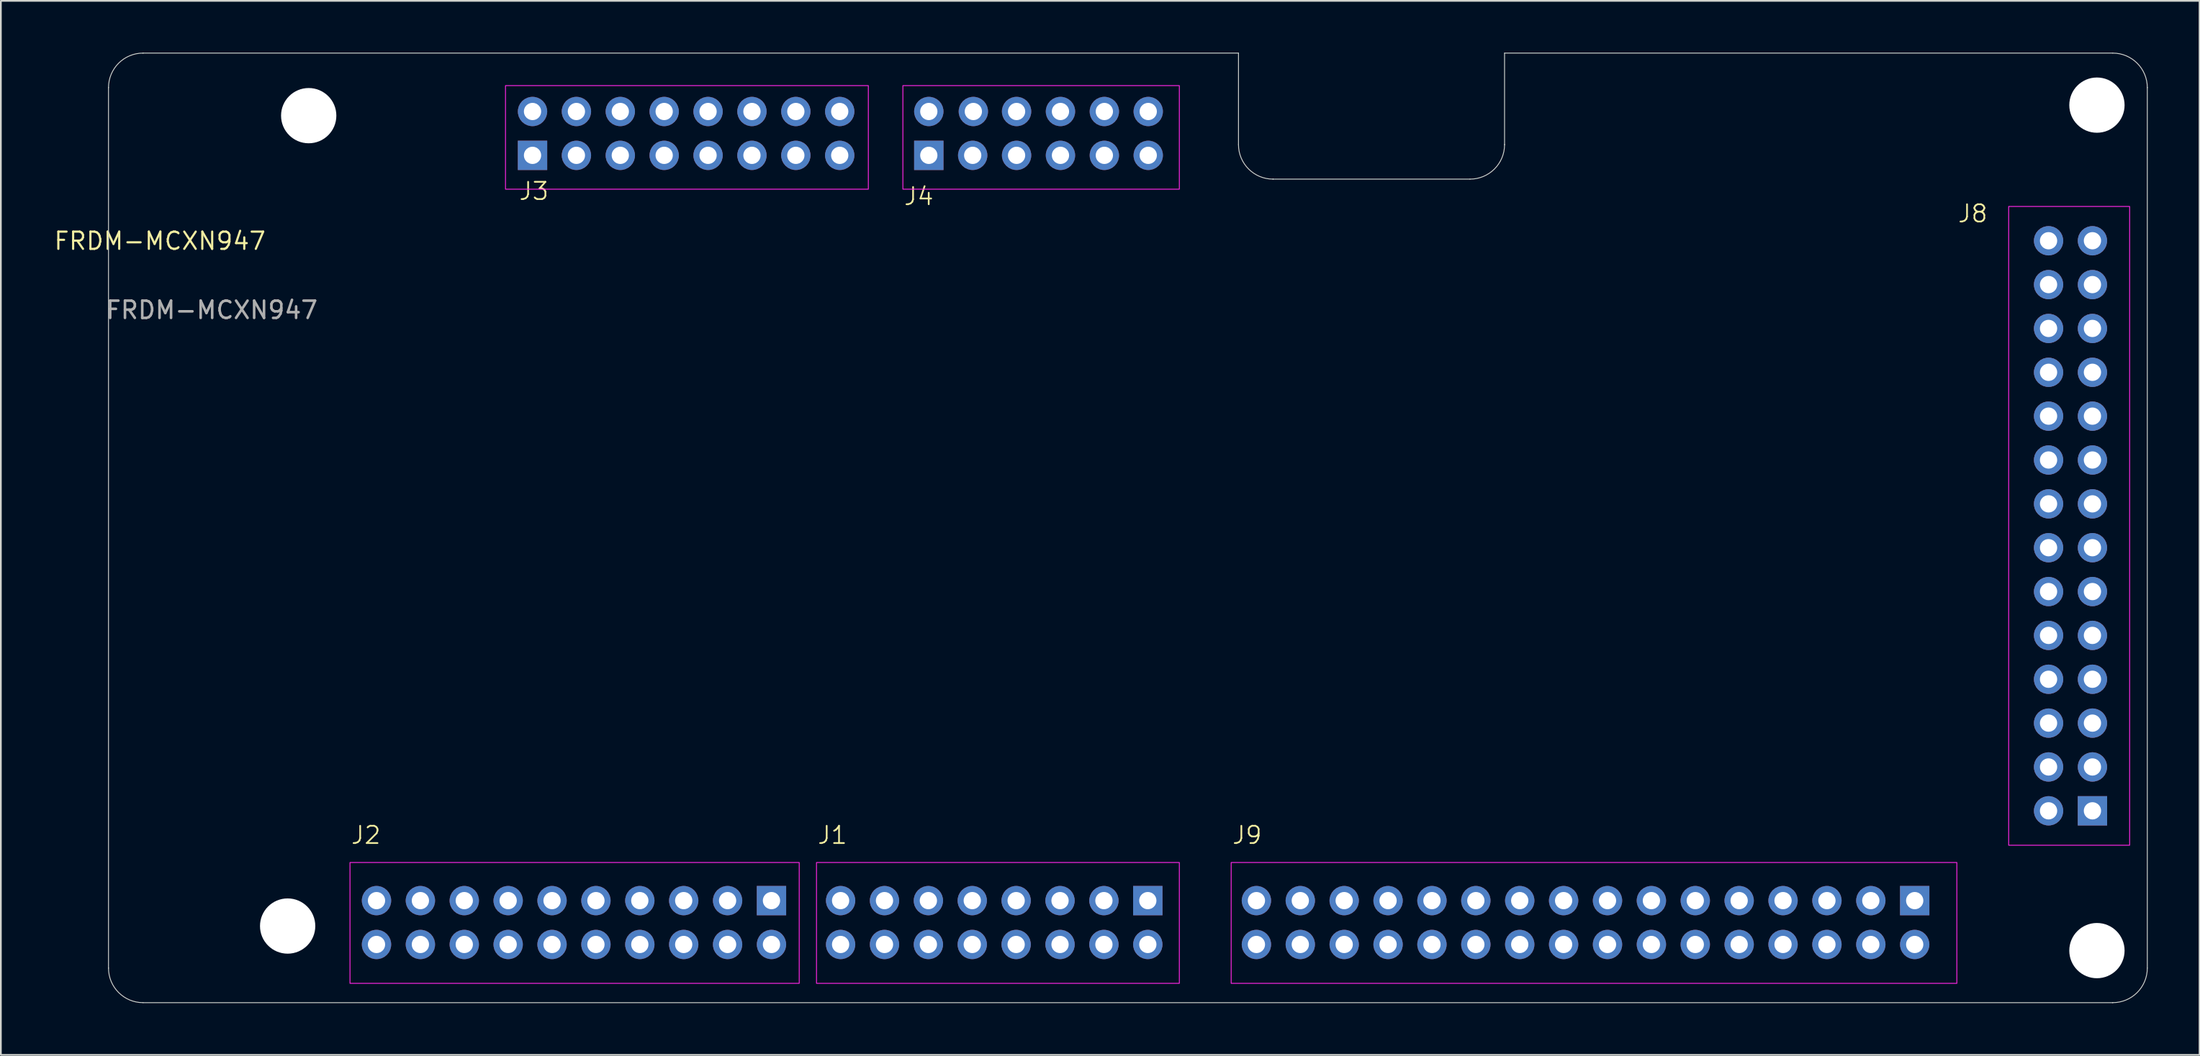
<source format=kicad_pcb>
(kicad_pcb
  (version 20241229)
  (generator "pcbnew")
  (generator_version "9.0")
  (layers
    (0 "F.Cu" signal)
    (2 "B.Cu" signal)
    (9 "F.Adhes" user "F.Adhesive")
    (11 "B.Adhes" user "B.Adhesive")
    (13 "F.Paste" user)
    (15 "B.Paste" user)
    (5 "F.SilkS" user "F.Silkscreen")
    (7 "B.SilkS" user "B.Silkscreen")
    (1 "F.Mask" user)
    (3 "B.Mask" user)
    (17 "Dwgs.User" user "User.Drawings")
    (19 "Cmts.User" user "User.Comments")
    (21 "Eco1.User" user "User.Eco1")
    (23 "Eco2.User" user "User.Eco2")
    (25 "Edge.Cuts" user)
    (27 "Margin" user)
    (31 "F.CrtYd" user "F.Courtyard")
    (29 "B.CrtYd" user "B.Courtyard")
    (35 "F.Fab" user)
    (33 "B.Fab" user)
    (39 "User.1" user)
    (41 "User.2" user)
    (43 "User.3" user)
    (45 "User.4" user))
  (footprint "FRDM-MCXN947"
    (layer "F.Cu")
    (at 118.055 43.914)
    (property "Reference" "FRDM-MCXN947" (at -111.848 -33.006 0) (unlocked yes) (layer "F.SilkS") (effects (font (size 1 1) (thickness 0.125))))
    (attr through_hole)
    (fp_line (start -114.825 -41.889) (end -114.825 -41.889) (stroke (width 0.05) (type solid)) (layer "Edge.Cuts"))
    (fp_line (start -114.825 9.111) (end -114.825 -41.889) (stroke (width 0.05) (type solid)) (layer "Edge.Cuts"))
    (fp_line (start -114.825 9.111) (end -114.825 9.111) (stroke (width 0.05) (type solid)) (layer "Edge.Cuts"))
    (fp_line (start -112.825 -43.889) (end -49.425 -43.889) (stroke (width 0.05) (type solid)) (layer "Edge.Cuts"))
    (fp_line (start -112.825 -43.889) (end -112.825 -43.889) (stroke (width 0.05) (type solid)) (layer "Edge.Cuts"))
    (fp_line (start -49.425 -43.889) (end -49.425 -38.589) (stroke (width 0.05) (type solid)) (layer "Edge.Cuts"))
    (fp_line (start -47.425 -36.589) (end -36.025 -36.589) (stroke (width 0.05) (type solid)) (layer "Edge.Cuts"))
    (fp_line (start -47.425 -36.589) (end -47.425 -36.589) (stroke (width 0.05) (type solid)) (layer "Edge.Cuts"))
    (fp_line (start -34.025 -43.889) (end 1.175 -43.889) (stroke (width 0.05) (type solid)) (layer "Edge.Cuts"))
    (fp_line (start -34.025 -38.589) (end -34.025 -38.589) (stroke (width 0.05) (type solid)) (layer "Edge.Cuts"))
    (fp_line (start -34.025 -38.589) (end -34.025 -43.889) (stroke (width 0.05) (type solid)) (layer "Edge.Cuts"))
    (fp_line (start 1.175 11.111) (end 1.175 11.111) (stroke (width 0.05) (type solid)) (layer "Edge.Cuts"))
    (fp_line (start 1.175 11.111) (end -112.825 11.111) (stroke (width 0.05) (type solid)) (layer "Edge.Cuts"))
    (fp_line (start 3.175 -41.889) (end 3.175 9.111) (stroke (width 0.05) (type solid)) (layer "Edge.Cuts"))
    (fp_line (start 3.175 -41.889) (end 3.175 -41.889) (stroke (width 0.05) (type solid)) (layer "Edge.Cuts"))
    (fp_arc (start -114.825 -41.888999) (mid -114.23921 -43.303211) (end -112.824998 -43.889) (stroke (width 0.05) (type solid)) (layer "Edge.Cuts"))
    (fp_arc (start -112.824999 11.111) (mid -114.239221 10.52522) (end -114.825 9.110998) (stroke (width 0.05) (type solid)) (layer "Edge.Cuts"))
    (fp_arc (start -47.424998 -36.589) (mid -48.839217 -37.174781) (end -49.425 -38.589001) (stroke (width 0.05) (type solid)) (layer "Edge.Cuts"))
    (fp_arc (start -34.025 -38.589002) (mid -34.610788 -37.17479) (end -36.025001 -36.589) (stroke (width 0.05) (type solid)) (layer "Edge.Cuts"))
    (fp_arc (start 1.174999 -43.889) (mid 2.589212 -43.303213) (end 3.175 -41.888998) (stroke (width 0.05) (type solid)) (layer "Edge.Cuts"))
    (fp_arc (start 3.175 9.110999) (mid 2.589211 10.525211) (end 1.174998 11.111) (stroke (width 0.05) (type solid)) (layer "Edge.Cuts"))
    (fp_rect (start -100.848 2.994) (end -74.848 9.994) (stroke (width 0.05) (type default)) (fill no) (layer "F.CrtYd"))
    (fp_rect (start -91.848 -42.006) (end -70.848 -36.006) (stroke (width 0.05) (type default)) (fill no) (layer "F.CrtYd"))
    (fp_rect (start -73.848 2.994) (end -52.848 9.994) (stroke (width 0.05) (type default)) (fill no) (layer "F.CrtYd"))
    (fp_rect (start -68.848 -42.006) (end -52.848 -36.006) (stroke (width 0.05) (type default)) (fill no) (layer "F.CrtYd"))
    (fp_rect (start -49.848 2.994) (end -7.848 9.994) (stroke (width 0.05) (type default)) (fill no) (layer "F.CrtYd"))
    (fp_rect (start -4.848 -35.006) (end 2.152 1.994) (stroke (width 0.05) (type default)) (fill no) (layer "F.CrtYd"))
    (fp_text user "J2" (at -100.848 1.994 0) (unlocked yes) (layer "F.SilkS") (effects (font (size 1 1) (thickness 0.1)) (justify left bottom)))
    (fp_text user "J3" (at -91.128 -35.306 0) (unlocked yes) (layer "F.SilkS") (effects (font (size 1 1) (thickness 0.1)) (justify left bottom)))
    (fp_text user "J9" (at -49.848 1.994 0) (unlocked yes) (layer "F.SilkS") (effects (font (size 1 1) (thickness 0.1)) (justify left bottom)))
    (fp_text user "J8" (at -7.848 -34.006 0) (unlocked yes) (layer "F.SilkS") (effects (font (size 1 1) (thickness 0.1)) (justify left bottom)))
    (fp_text user "J4" (at -68.848 -35.006 0) (unlocked yes) (layer "F.SilkS") (effects (font (size 1 1) (thickness 0.1)) (justify left bottom)))
    (fp_text user "J1" (at -73.848 1.994 0) (unlocked yes) (layer "F.SilkS") (effects (font (size 1 1) (thickness 0.1)) (justify left bottom)))
    (fp_text user "${REFERENCE}" (at -108.848 -29.006 0) (unlocked yes) (layer "F.Fab") (effects (font (size 1 1) (thickness 0.15))))
    (pad "" np_thru_hole circle (at -104.457 6.674) (size 3.2 3.2) (drill 3.2) (layers "*.Cu" "*.Mask"))
    (pad "" np_thru_hole circle (at -103.238 -40.265) (size 3.2 3.2) (drill 3.2) (layers "*.Cu" "*.Mask"))
    (pad "" np_thru_hole circle (at 0.26 -40.875) (size 3.2 3.2) (drill 3.2) (layers "*.Cu" "*.Mask"))
    (pad "" np_thru_hole circle (at 0.26 8.097) (size 3.2 3.2) (drill 3.2) (layers "*.Cu" "*.Mask"))
    (pad "1.1" thru_hole rect (at -67.348 -37.966 270) (size 1.7 1.7) (drill 1) (layers "*.Cu" "*.Mask"))
    (pad "1.2" thru_hole roundrect (at -67.348 -40.506 270) (size 1.7 1.7) (drill 1) (layers "*.Cu" "*.Mask") (roundrect_rratio 0.5))
    (pad "1.3" thru_hole roundrect (at -64.808 -37.966 270) (size 1.7 1.7) (drill 1) (layers "*.Cu" "*.Mask") (roundrect_rratio 0.5))
    (pad "1.4" thru_hole roundrect (at -64.77 -40.506 270) (size 1.7 1.7) (drill 1) (layers "*.Cu" "*.Mask") (roundrect_rratio 0.5))
    (pad "1.5" thru_hole roundrect (at -62.268 -37.966 270) (size 1.7 1.7) (drill 1) (layers "*.Cu" "*.Mask") (roundrect_rratio 0.5))
    (pad "1.6" thru_hole roundrect (at -62.268 -40.506 270) (size 1.7 1.7) (drill 1) (layers "*.Cu" "*.Mask") (roundrect_rratio 0.5))
    (pad "1.7" thru_hole roundrect (at -59.728 -37.966 270) (size 1.7 1.7) (drill 1) (layers "*.Cu" "*.Mask") (roundrect_rratio 0.5))
    (pad "1.8" thru_hole roundrect (at -59.728 -40.506 270) (size 1.7 1.7) (drill 1) (layers "*.Cu" "*.Mask") (roundrect_rratio 0.5))
    (pad "1.9" thru_hole roundrect (at -57.188 -37.966 270) (size 1.7 1.7) (drill 1) (layers "*.Cu" "*.Mask") (roundrect_rratio 0.5))
    (pad "1.10" thru_hole roundrect (at -57.188 -40.506 270) (size 1.7 1.7) (drill 1) (layers "*.Cu" "*.Mask") (roundrect_rratio 0.5))
    (pad "1.11" thru_hole roundrect (at -54.648 -37.966 270) (size 1.7 1.7) (drill 1) (layers "*.Cu" "*.Mask") (roundrect_rratio 0.5))
    (pad "1.12" thru_hole roundrect (at -54.648 -40.506 270) (size 1.7 1.7) (drill 1) (layers "*.Cu" "*.Mask") (roundrect_rratio 0.5))
    (pad "2.1" thru_hole rect (at -90.284 -37.966 270) (size 1.7 1.7) (drill 1) (layers "*.Cu" "*.Mask"))
    (pad "2.2" thru_hole roundrect (at -90.284 -40.506 270) (size 1.7 1.7) (drill 1) (layers "*.Cu" "*.Mask") (roundrect_rratio 0.5))
    (pad "2.3" thru_hole roundrect (at -87.744 -37.966 270) (size 1.7 1.7) (drill 1) (layers "*.Cu" "*.Mask") (roundrect_rratio 0.5))
    (pad "2.4" thru_hole roundrect (at -87.744 -40.506 270) (size 1.7 1.7) (drill 1) (layers "*.Cu" "*.Mask") (roundrect_rratio 0.5))
    (pad "2.5" thru_hole roundrect (at -85.204 -37.966 270) (size 1.7 1.7) (drill 1) (layers "*.Cu" "*.Mask") (roundrect_rratio 0.5))
    (pad "2.6" thru_hole roundrect (at -85.204 -40.506 270) (size 1.7 1.7) (drill 1) (layers "*.Cu" "*.Mask") (roundrect_rratio 0.5))
    (pad "2.7" thru_hole roundrect (at -82.664 -37.966 270) (size 1.7 1.7) (drill 1) (layers "*.Cu" "*.Mask") (roundrect_rratio 0.5))
    (pad "2.8" thru_hole roundrect (at -82.664 -40.506 270) (size 1.7 1.7) (drill 1) (layers "*.Cu" "*.Mask") (roundrect_rratio 0.5))
    (pad "2.9" thru_hole roundrect (at -80.124 -37.966 270) (size 1.7 1.7) (drill 1) (layers "*.Cu" "*.Mask") (roundrect_rratio 0.5))
    (pad "2.10" thru_hole roundrect (at -80.124 -40.506 270) (size 1.7 1.7) (drill 1) (layers "*.Cu" "*.Mask") (roundrect_rratio 0.5))
    (pad "2.11" thru_hole roundrect (at -77.584 -37.966 270) (size 1.7 1.7) (drill 1) (layers "*.Cu" "*.Mask") (roundrect_rratio 0.5))
    (pad "2.12" thru_hole roundrect (at -77.584 -40.506 270) (size 1.7 1.7) (drill 1) (layers "*.Cu" "*.Mask") (roundrect_rratio 0.5))
    (pad "2.13" thru_hole roundrect (at -75.044 -37.966 270) (size 1.7 1.7) (drill 1) (layers "*.Cu" "*.Mask") (roundrect_rratio 0.5))
    (pad "2.14" thru_hole roundrect (at -75.044 -40.506 270) (size 1.7 1.7) (drill 1) (layers "*.Cu" "*.Mask") (roundrect_rratio 0.5))
    (pad "2.15" thru_hole roundrect (at -72.504 -37.966 270) (size 1.7 1.7) (drill 1) (layers "*.Cu" "*.Mask") (roundrect_rratio 0.5))
    (pad "2.16" thru_hole roundrect (at -72.504 -40.506 270) (size 1.7 1.7) (drill 1) (layers "*.Cu" "*.Mask") (roundrect_rratio 0.5))
    (pad "3.1" thru_hole rect (at -76.454 5.201 270) (size 1.7 1.7) (drill 1) (layers "*.Cu" "*.Mask"))
    (pad "3.2" thru_hole roundrect (at -76.454 7.741 270) (size 1.7 1.7) (drill 1) (layers "*.Cu" "*.Mask") (roundrect_rratio 0.5))
    (pad "3.3" thru_hole roundrect (at -78.994 5.201 270) (size 1.7 1.7) (drill 1) (layers "*.Cu" "*.Mask") (roundrect_rratio 0.5))
    (pad "3.4" thru_hole roundrect (at -78.994 7.741 270) (size 1.7 1.7) (drill 1) (layers "*.Cu" "*.Mask") (roundrect_rratio 0.5))
    (pad "3.5" thru_hole roundrect (at -81.534 5.201 270) (size 1.7 1.7) (drill 1) (layers "*.Cu" "*.Mask") (roundrect_rratio 0.5))
    (pad "3.6" thru_hole roundrect (at -81.534 7.741 270) (size 1.7 1.7) (drill 1) (layers "*.Cu" "*.Mask") (roundrect_rratio 0.5))
    (pad "3.7" thru_hole roundrect (at -84.074 5.201 270) (size 1.7 1.7) (drill 1) (layers "*.Cu" "*.Mask") (roundrect_rratio 0.5))
    (pad "3.8" thru_hole roundrect (at -84.074 7.741 270) (size 1.7 1.7) (drill 1) (layers "*.Cu" "*.Mask") (roundrect_rratio 0.5))
    (pad "3.9" thru_hole roundrect (at -86.614 5.201 270) (size 1.7 1.7) (drill 1) (layers "*.Cu" "*.Mask") (roundrect_rratio 0.5))
    (pad "3.10" thru_hole roundrect (at -86.614 7.741 270) (size 1.7 1.7) (drill 1) (layers "*.Cu" "*.Mask") (roundrect_rratio 0.5))
    (pad "3.11" thru_hole roundrect (at -89.154 5.201 270) (size 1.7 1.7) (drill 1) (layers "*.Cu" "*.Mask") (roundrect_rratio 0.5))
    (pad "3.12" thru_hole roundrect (at -89.154 7.741 270) (size 1.7 1.7) (drill 1) (layers "*.Cu" "*.Mask") (roundrect_rratio 0.5))
    (pad "3.13" thru_hole roundrect (at -91.694 5.201 270) (size 1.7 1.7) (drill 1) (layers "*.Cu" "*.Mask") (roundrect_rratio 0.5))
    (pad "3.14" thru_hole roundrect (at -91.694 7.741 270) (size 1.7 1.7) (drill 1) (layers "*.Cu" "*.Mask") (roundrect_rratio 0.5))
    (pad "3.15" thru_hole roundrect (at -94.234 5.201 270) (size 1.7 1.7) (drill 1) (layers "*.Cu" "*.Mask") (roundrect_rratio 0.5))
    (pad "3.16" thru_hole roundrect (at -94.234 7.741 270) (size 1.7 1.7) (drill 1) (layers "*.Cu" "*.Mask") (roundrect_rratio 0.5))
    (pad "3.17" thru_hole roundrect (at -96.774 5.201 270) (size 1.7 1.7) (drill 1) (layers "*.Cu" "*.Mask") (roundrect_rratio 0.5))
    (pad "3.18" thru_hole roundrect (at -96.774 7.741 270) (size 1.7 1.7) (drill 1) (layers "*.Cu" "*.Mask") (roundrect_rratio 0.5))
    (pad "3.19" thru_hole roundrect (at -99.314 5.201 270) (size 1.7 1.7) (drill 1) (layers "*.Cu" "*.Mask") (roundrect_rratio 0.5))
    (pad "3.20" thru_hole roundrect (at -99.314 7.741 270) (size 1.7 1.7) (drill 1) (layers "*.Cu" "*.Mask") (roundrect_rratio 0.5))
    (pad "4.1" thru_hole rect (at -54.673 5.201 270) (size 1.7 1.7) (drill 1) (layers "*.Cu" "*.Mask"))
    (pad "4.2" thru_hole roundrect (at -54.673 7.741 270) (size 1.7 1.7) (drill 1) (layers "*.Cu" "*.Mask") (roundrect_rratio 0.5))
    (pad "4.3" thru_hole roundrect (at -57.213 5.201 270) (size 1.7 1.7) (drill 1) (layers "*.Cu" "*.Mask") (roundrect_rratio 0.5))
    (pad "4.4" thru_hole roundrect (at -57.213 7.741 270) (size 1.7 1.7) (drill 1) (layers "*.Cu" "*.Mask") (roundrect_rratio 0.5))
    (pad "4.5" thru_hole roundrect (at -59.753 5.201 270) (size 1.7 1.7) (drill 1) (layers "*.Cu" "*.Mask") (roundrect_rratio 0.5))
    (pad "4.6" thru_hole roundrect (at -59.753 7.741 270) (size 1.7 1.7) (drill 1) (layers "*.Cu" "*.Mask") (roundrect_rratio 0.5))
    (pad "4.7" thru_hole roundrect (at -62.293 5.201 270) (size 1.7 1.7) (drill 1) (layers "*.Cu" "*.Mask") (roundrect_rratio 0.5))
    (pad "4.8" thru_hole roundrect (at -62.293 7.741 270) (size 1.7 1.7) (drill 1) (layers "*.Cu" "*.Mask") (roundrect_rratio 0.5))
    (pad "4.9" thru_hole roundrect (at -64.833 5.201 270) (size 1.7 1.7) (drill 1) (layers "*.Cu" "*.Mask") (roundrect_rratio 0.5))
    (pad "4.10" thru_hole roundrect (at -64.833 7.741 270) (size 1.7 1.7) (drill 1) (layers "*.Cu" "*.Mask") (roundrect_rratio 0.5))
    (pad "4.11" thru_hole roundrect (at -67.373 5.201 270) (size 1.7 1.7) (drill 1) (layers "*.Cu" "*.Mask") (roundrect_rratio 0.5))
    (pad "4.12" thru_hole roundrect (at -67.373 7.741 270) (size 1.7 1.7) (drill 1) (layers "*.Cu" "*.Mask") (roundrect_rratio 0.5))
    (pad "4.13" thru_hole roundrect (at -69.913 5.201 270) (size 1.7 1.7) (drill 1) (layers "*.Cu" "*.Mask") (roundrect_rratio 0.5))
    (pad "4.14" thru_hole roundrect (at -69.913 7.741 270) (size 1.7 1.7) (drill 1) (layers "*.Cu" "*.Mask") (roundrect_rratio 0.5))
    (pad "4.15" thru_hole roundrect (at -72.453 5.201 270) (size 1.7 1.7) (drill 1) (layers "*.Cu" "*.Mask") (roundrect_rratio 0.5))
    (pad "4.16" thru_hole roundrect (at -72.453 7.741 270) (size 1.7 1.7) (drill 1) (layers "*.Cu" "*.Mask") (roundrect_rratio 0.5))
    (pad "5.1" thru_hole rect (at -10.287 5.201 270) (size 1.7 1.7) (drill 1) (layers "*.Cu" "*.Mask"))
    (pad "5.2" thru_hole roundrect (at -10.287 7.741 270) (size 1.7 1.7) (drill 1) (layers "*.Cu" "*.Mask") (roundrect_rratio 0.5))
    (pad "5.3" thru_hole roundrect (at -12.827 5.201 270) (size 1.7 1.7) (drill 1) (layers "*.Cu" "*.Mask") (roundrect_rratio 0.5))
    (pad "5.4" thru_hole roundrect (at -12.827 7.741 270) (size 1.7 1.7) (drill 1) (layers "*.Cu" "*.Mask") (roundrect_rratio 0.5))
    (pad "5.5" thru_hole roundrect (at -15.367 5.201 270) (size 1.7 1.7) (drill 1) (layers "*.Cu" "*.Mask") (roundrect_rratio 0.5))
    (pad "5.6" thru_hole roundrect (at -15.367 7.741 270) (size 1.7 1.7) (drill 1) (layers "*.Cu" "*.Mask") (roundrect_rratio 0.5))
    (pad "5.7" thru_hole roundrect (at -17.907 5.201 270) (size 1.7 1.7) (drill 1) (layers "*.Cu" "*.Mask") (roundrect_rratio 0.5))
    (pad "5.8" thru_hole roundrect (at -17.907 7.741 270) (size 1.7 1.7) (drill 1) (layers "*.Cu" "*.Mask") (roundrect_rratio 0.5))
    (pad "5.9" thru_hole roundrect (at -20.447 5.201 270) (size 1.7 1.7) (drill 1) (layers "*.Cu" "*.Mask") (roundrect_rratio 0.5))
    (pad "5.10" thru_hole roundrect (at -20.447 7.741 270) (size 1.7 1.7) (drill 1) (layers "*.Cu" "*.Mask") (roundrect_rratio 0.5))
    (pad "5.11" thru_hole roundrect (at -22.987 5.201 270) (size 1.7 1.7) (drill 1) (layers "*.Cu" "*.Mask") (roundrect_rratio 0.5))
    (pad "5.12" thru_hole roundrect (at -22.987 7.741 270) (size 1.7 1.7) (drill 1) (layers "*.Cu" "*.Mask") (roundrect_rratio 0.5))
    (pad "5.13" thru_hole roundrect (at -25.527 5.201 270) (size 1.7 1.7) (drill 1) (layers "*.Cu" "*.Mask") (roundrect_rratio 0.5))
    (pad "5.14" thru_hole roundrect (at -25.527 7.741 270) (size 1.7 1.7) (drill 1) (layers "*.Cu" "*.Mask") (roundrect_rratio 0.5))
    (pad "5.15" thru_hole roundrect (at -28.067 5.201 270) (size 1.7 1.7) (drill 1) (layers "*.Cu" "*.Mask") (roundrect_rratio 0.5))
    (pad "5.16" thru_hole roundrect (at -28.067 7.741 270) (size 1.7 1.7) (drill 1) (layers "*.Cu" "*.Mask") (roundrect_rratio 0.5))
    (pad "5.17" thru_hole roundrect (at -30.607 5.201 270) (size 1.7 1.7) (drill 1) (layers "*.Cu" "*.Mask") (roundrect_rratio 0.5))
    (pad "5.18" thru_hole roundrect (at -30.607 7.741 270) (size 1.7 1.7) (drill 1) (layers "*.Cu" "*.Mask") (roundrect_rratio 0.5))
    (pad "5.19" thru_hole roundrect (at -33.147 5.201 270) (size 1.7 1.7) (drill 1) (layers "*.Cu" "*.Mask") (roundrect_rratio 0.5))
    (pad "5.20" thru_hole roundrect (at -33.147 7.741 270) (size 1.7 1.7) (drill 1) (layers "*.Cu" "*.Mask") (roundrect_rratio 0.5))
    (pad "5.21" thru_hole roundrect (at -35.687 5.201 270) (size 1.7 1.7) (drill 1) (layers "*.Cu" "*.Mask") (roundrect_rratio 0.5))
    (pad "5.22" thru_hole roundrect (at -35.687 7.741 270) (size 1.7 1.7) (drill 1) (layers "*.Cu" "*.Mask") (roundrect_rratio 0.5))
    (pad "5.23" thru_hole roundrect (at -38.227 5.201 270) (size 1.7 1.7) (drill 1) (layers "*.Cu" "*.Mask") (roundrect_rratio 0.5))
    (pad "5.24" thru_hole roundrect (at -38.227 7.741 270) (size 1.7 1.7) (drill 1) (layers "*.Cu" "*.Mask") (roundrect_rratio 0.5))
    (pad "5.25" thru_hole roundrect (at -40.767 5.201 270) (size 1.7 1.7) (drill 1) (layers "*.Cu" "*.Mask") (roundrect_rratio 0.5))
    (pad "5.26" thru_hole roundrect (at -40.767 7.741 270) (size 1.7 1.7) (drill 1) (layers "*.Cu" "*.Mask") (roundrect_rratio 0.5))
    (pad "5.27" thru_hole roundrect (at -43.307 5.201 270) (size 1.7 1.7) (drill 1) (layers "*.Cu" "*.Mask") (roundrect_rratio 0.5))
    (pad "5.28" thru_hole roundrect (at -43.307 7.741 270) (size 1.7 1.7) (drill 1) (layers "*.Cu" "*.Mask") (roundrect_rratio 0.5))
    (pad "5.29" thru_hole roundrect (at -45.847 5.201 270) (size 1.7 1.7) (drill 1) (layers "*.Cu" "*.Mask") (roundrect_rratio 0.5))
    (pad "5.30" thru_hole roundrect (at -45.847 7.741 270) (size 1.7 1.7) (drill 1) (layers "*.Cu" "*.Mask") (roundrect_rratio 0.5))
    (pad "5.31" thru_hole roundrect (at -48.387 5.201 270) (size 1.7 1.7) (drill 1) (layers "*.Cu" "*.Mask") (roundrect_rratio 0.5))
    (pad "5.32" thru_hole roundrect (at -48.387 7.741 270) (size 1.7 1.7) (drill 1) (layers "*.Cu" "*.Mask") (roundrect_rratio 0.5))
    (pad "6.1" thru_hole rect (at 0 0 270) (size 1.7 1.7) (drill 1) (layers "*.Cu" "*.Mask"))
    (pad "6.2" thru_hole roundrect (at -2.54 0 270) (size 1.7 1.7) (drill 1) (layers "*.Cu" "*.Mask") (roundrect_rratio 0.5))
    (pad "6.3" thru_hole roundrect (at 0 -2.54 270) (size 1.7 1.7) (drill 1) (layers "*.Cu" "*.Mask") (roundrect_rratio 0.5))
    (pad "6.4" thru_hole roundrect (at -2.54 -2.54 270) (size 1.7 1.7) (drill 1) (layers "*.Cu" "*.Mask") (roundrect_rratio 0.5))
    (pad "6.5" thru_hole roundrect (at 0 -5.08 270) (size 1.7 1.7) (drill 1) (layers "*.Cu" "*.Mask") (roundrect_rratio 0.5))
    (pad "6.6" thru_hole roundrect (at -2.54 -5.08 270) (size 1.7 1.7) (drill 1) (layers "*.Cu" "*.Mask") (roundrect_rratio 0.5))
    (pad "6.7" thru_hole roundrect (at 0 -7.62 270) (size 1.7 1.7) (drill 1) (layers "*.Cu" "*.Mask") (roundrect_rratio 0.5))
    (pad "6.8" thru_hole roundrect (at -2.54 -7.62 270) (size 1.7 1.7) (drill 1) (layers "*.Cu" "*.Mask") (roundrect_rratio 0.5))
    (pad "6.9" thru_hole roundrect (at 0 -10.16 270) (size 1.7 1.7) (drill 1) (layers "*.Cu" "*.Mask") (roundrect_rratio 0.5))
    (pad "6.10" thru_hole roundrect (at -2.54 -10.16 270) (size 1.7 1.7) (drill 1) (layers "*.Cu" "*.Mask") (roundrect_rratio 0.5))
    (pad "6.11" thru_hole roundrect (at 0 -12.7 270) (size 1.7 1.7) (drill 1) (layers "*.Cu" "*.Mask") (roundrect_rratio 0.5))
    (pad "6.12" thru_hole roundrect (at -2.54 -12.7 270) (size 1.7 1.7) (drill 1) (layers "*.Cu" "*.Mask") (roundrect_rratio 0.5))
    (pad "6.13" thru_hole roundrect (at 0 -15.24 270) (size 1.7 1.7) (drill 1) (layers "*.Cu" "*.Mask") (roundrect_rratio 0.5))
    (pad "6.14" thru_hole roundrect (at -2.54 -15.24 270) (size 1.7 1.7) (drill 1) (layers "*.Cu" "*.Mask") (roundrect_rratio 0.5))
    (pad "6.15" thru_hole roundrect (at 0 -17.78 270) (size 1.7 1.7) (drill 1) (layers "*.Cu" "*.Mask") (roundrect_rratio 0.5))
    (pad "6.16" thru_hole roundrect (at -2.54 -17.78 270) (size 1.7 1.7) (drill 1) (layers "*.Cu" "*.Mask") (roundrect_rratio 0.5))
    (pad "6.17" thru_hole roundrect (at 0 -20.32 270) (size 1.7 1.7) (drill 1) (layers "*.Cu" "*.Mask") (roundrect_rratio 0.5))
    (pad "6.18" thru_hole roundrect (at -2.54 -20.32 270) (size 1.7 1.7) (drill 1) (layers "*.Cu" "*.Mask") (roundrect_rratio 0.5))
    (pad "6.19" thru_hole roundrect (at 0 -22.86 270) (size 1.7 1.7) (drill 1) (layers "*.Cu" "*.Mask") (roundrect_rratio 0.5))
    (pad "6.20" thru_hole roundrect (at -2.54 -22.86 270) (size 1.7 1.7) (drill 1) (layers "*.Cu" "*.Mask") (roundrect_rratio 0.5))
    (pad "6.21" thru_hole roundrect (at 0 -25.4 270) (size 1.7 1.7) (drill 1) (layers "*.Cu" "*.Mask") (roundrect_rratio 0.5))
    (pad "6.22" thru_hole roundrect (at -2.54 -25.4 270) (size 1.7 1.7) (drill 1) (layers "*.Cu" "*.Mask") (roundrect_rratio 0.5))
    (pad "6.23" thru_hole roundrect (at 0 -27.94 270) (size 1.7 1.7) (drill 1) (layers "*.Cu" "*.Mask") (roundrect_rratio 0.5))
    (pad "6.24" thru_hole roundrect (at -2.54 -27.94 270) (size 1.7 1.7) (drill 1) (layers "*.Cu" "*.Mask") (roundrect_rratio 0.5))
    (pad "6.25" thru_hole roundrect (at 0 -30.48 270) (size 1.7 1.7) (drill 1) (layers "*.Cu" "*.Mask") (roundrect_rratio 0.5))
    (pad "6.26" thru_hole roundrect (at -2.54 -30.48 270) (size 1.7 1.7) (drill 1) (layers "*.Cu" "*.Mask") (roundrect_rratio 0.5))
    (pad "6.27" thru_hole roundrect (at 0 -33.02 270) (size 1.7 1.7) (drill 1) (layers "*.Cu" "*.Mask") (roundrect_rratio 0.5))
    (pad "6.28" thru_hole roundrect (at -2.54 -33.02 270) (size 1.7 1.7) (drill 1) (layers "*.Cu" "*.Mask") (roundrect_rratio 0.5)))
  (gr_rect
    (start -3 -3)
    (end 124.255 58.05)
    (stroke (width 0.1) (type default))
    (fill no)
    (layer "Edge.Cuts")))
</source>
